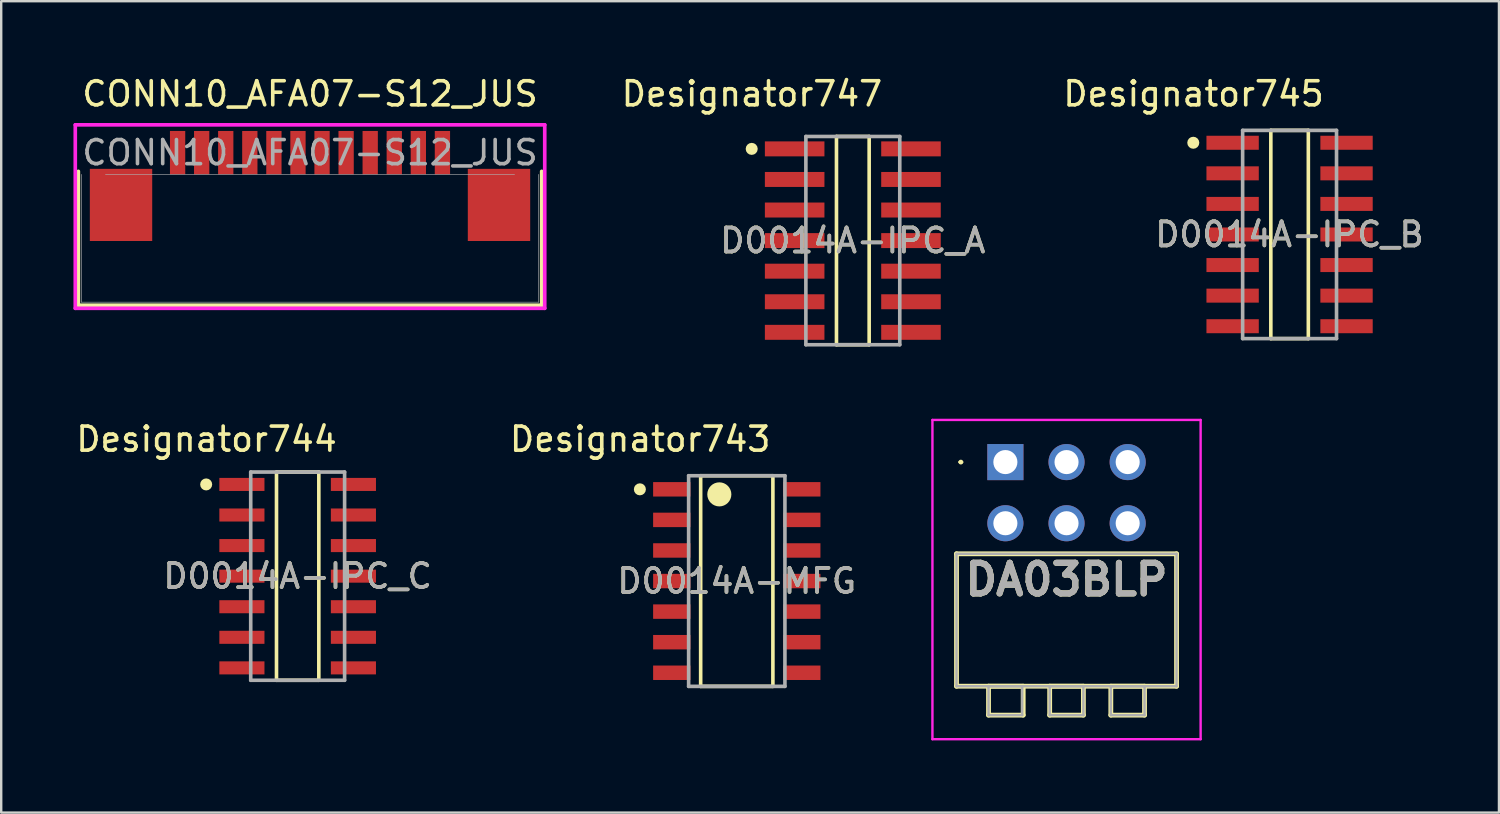
<source format=kicad_pcb>
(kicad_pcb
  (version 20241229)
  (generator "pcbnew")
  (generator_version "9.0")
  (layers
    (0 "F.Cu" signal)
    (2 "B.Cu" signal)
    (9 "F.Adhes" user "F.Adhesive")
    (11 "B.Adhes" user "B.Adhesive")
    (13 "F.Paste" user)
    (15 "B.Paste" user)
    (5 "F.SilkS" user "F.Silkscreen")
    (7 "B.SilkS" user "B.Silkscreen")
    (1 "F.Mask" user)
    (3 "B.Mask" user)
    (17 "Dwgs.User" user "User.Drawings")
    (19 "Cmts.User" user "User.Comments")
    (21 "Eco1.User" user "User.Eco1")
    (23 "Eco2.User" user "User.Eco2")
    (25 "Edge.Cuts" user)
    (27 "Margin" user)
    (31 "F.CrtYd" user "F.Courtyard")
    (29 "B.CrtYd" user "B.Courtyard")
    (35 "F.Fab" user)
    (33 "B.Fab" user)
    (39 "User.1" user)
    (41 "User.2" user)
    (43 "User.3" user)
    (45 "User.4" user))
  (footprint "D0014A-IPC_A"
    (layer "F.Cu")
    (at 32.374 6.944)
    (property "Reference" "D0014A-IPC_A" (at 0 0 0) (unlocked yes) (layer "F.SilkS") (effects (font (size 1 1) (thickness 0.15))))
    (attr smd)
    (fp_line (start -0.679 -4.325) (end 0.679 -4.325) (stroke (width 0.15) (type solid)) (layer "F.SilkS"))
    (fp_line (start -0.679 4.325) (end -0.679 -4.325) (stroke (width 0.15) (type solid)) (layer "F.SilkS"))
    (fp_line (start -0.679 4.325) (end 0.679 4.325) (stroke (width 0.15) (type solid)) (layer "F.SilkS"))
    (fp_line (start 0.679 4.325) (end 0.679 -4.325) (stroke (width 0.15) (type solid)) (layer "F.SilkS"))
    (fp_circle (center -4.2 -3.81) (end -4.075 -3.81) (stroke (width 0.25) (type solid)) (fill no) (layer "F.SilkS"))
    (fp_line (start -1.95 -4.325) (end 1.95 -4.325) (stroke (width 0.15) (type solid)) (layer "F.Fab"))
    (fp_line (start -1.95 4.325) (end -1.95 -4.325) (stroke (width 0.15) (type solid)) (layer "F.Fab"))
    (fp_line (start -1.95 4.325) (end 1.95 4.325) (stroke (width 0.15) (type solid)) (layer "F.Fab"))
    (fp_line (start 1.95 4.325) (end 1.95 -4.325) (stroke (width 0.15) (type solid)) (layer "F.Fab"))
    (fp_text user "Designator747" (at -4.191 -6.096 0) (unlocked yes) (layer "F.SilkS") (effects (font (size 1 1) (thickness 0.15))))
    (fp_text user "${REFERENCE}" (at 0 0 0) (unlocked yes) (layer "F.Fab") (effects (font (size 1 1) (thickness 0.15))))
    (pad "1" smd rect (at -2.416 -3.81) (size 2.474 0.622) (layers "F.Cu" "F.Mask" "F.Paste"))
    (pad "2" smd rect (at -2.416 -2.54) (size 2.474 0.622) (layers "F.Cu" "F.Mask" "F.Paste"))
    (pad "3" smd rect (at -2.416 -1.27) (size 2.474 0.622) (layers "F.Cu" "F.Mask" "F.Paste"))
    (pad "4" smd rect (at -2.416 0) (size 2.474 0.622) (layers "F.Cu" "F.Mask" "F.Paste"))
    (pad "5" smd rect (at -2.416 1.27) (size 2.474 0.622) (layers "F.Cu" "F.Mask" "F.Paste"))
    (pad "6" smd rect (at -2.416 2.54) (size 2.474 0.622) (layers "F.Cu" "F.Mask" "F.Paste"))
    (pad "7" smd rect (at -2.416 3.81) (size 2.474 0.622) (layers "F.Cu" "F.Mask" "F.Paste"))
    (pad "8" smd rect (at 2.416 3.81) (size 2.474 0.622) (layers "F.Cu" "F.Mask" "F.Paste"))
    (pad "9" smd rect (at 2.416 2.54) (size 2.474 0.622) (layers "F.Cu" "F.Mask" "F.Paste"))
    (pad "10" smd rect (at 2.416 1.27) (size 2.474 0.622) (layers "F.Cu" "F.Mask" "F.Paste"))
    (pad "11" smd rect (at 2.416 0) (size 2.474 0.622) (layers "F.Cu" "F.Mask" "F.Paste"))
    (pad "12" smd rect (at 2.416 -1.27) (size 2.474 0.622) (layers "F.Cu" "F.Mask" "F.Paste"))
    (pad "13" smd rect (at 2.416 -2.54) (size 2.474 0.622) (layers "F.Cu" "F.Mask" "F.Paste"))
    (pad "14" smd rect (at 2.416 -3.81) (size 2.474 0.622) (layers "F.Cu" "F.Mask" "F.Paste")))
  (footprint "CONN10_AFA07-S12_JUS"
    (layer "F.Cu")
    (at 9.827 6.848)
    (property "Reference" "CONN10_AFA07-S12_JUS" (at 0 -6 0) (unlocked yes) (layer "F.SilkS") (effects (font (size 1 1) (thickness 0.15))))
    (attr smd)
    (fp_line (start -9.623 -2.781) (end -9.623 2.781) (stroke (width 0.152) (type solid)) (layer "F.SilkS"))
    (fp_line (start -9.623 2.781) (end 9.623 2.781) (stroke (width 0.152) (type solid)) (layer "F.SilkS"))
    (fp_line (start 9.623 2.781) (end 9.623 -2.781) (stroke (width 0.152) (type solid)) (layer "F.SilkS"))
    (fp_line (start -9.75 -4.712) (end -9.75 2.908) (stroke (width 0.152) (type solid)) (layer "F.CrtYd"))
    (fp_line (start -9.75 2.908) (end 9.75 2.908) (stroke (width 0.152) (type solid)) (layer "F.CrtYd"))
    (fp_line (start 9.75 -4.712) (end -9.75 -4.712) (stroke (width 0.152) (type solid)) (layer "F.CrtYd"))
    (fp_line (start 9.75 2.908) (end 9.75 -4.712) (stroke (width 0.152) (type solid)) (layer "F.CrtYd"))
    (fp_line (start -9.496 -2.654) (end -9.496 2.654) (stroke (width 0.025) (type solid)) (layer "F.Fab"))
    (fp_line (start -9.496 2.654) (end 9.496 2.654) (stroke (width 0.025) (type solid)) (layer "F.Fab"))
    (fp_line (start 8.496 -2.654) (end -8.496 -2.654) (stroke (width 0.025) (type solid)) (layer "F.Fab"))
    (fp_line (start 9.496 2.654) (end 9.496 -2.654) (stroke (width 0.025) (type solid)) (layer "F.Fab"))
    (fp_text user "${REFERENCE}" (at 0 -3.556 0) (unlocked yes) (layer "F.Fab") (effects (font (size 1 1) (thickness 0.15))))
    (pad "1" smd rect (at -5.5 -3.556) (size 0.635 1.803) (layers "F.Cu" "F.Mask" "F.Paste"))
    (pad "2" smd rect (at -4.5 -3.556) (size 0.635 1.803) (layers "F.Cu" "F.Mask" "F.Paste"))
    (pad "3" smd rect (at -3.5 -3.556) (size 0.635 1.803) (layers "F.Cu" "F.Mask" "F.Paste"))
    (pad "4" smd rect (at -2.5 -3.556) (size 0.635 1.803) (layers "F.Cu" "F.Mask" "F.Paste"))
    (pad "5" smd rect (at -1.5 -3.556) (size 0.635 1.803) (layers "F.Cu" "F.Mask" "F.Paste"))
    (pad "6" smd rect (at -0.5 -3.556) (size 0.635 1.803) (layers "F.Cu" "F.Mask" "F.Paste"))
    (pad "7" smd rect (at 0.5 -3.556) (size 0.635 1.803) (layers "F.Cu" "F.Mask" "F.Paste"))
    (pad "8" smd rect (at 1.5 -3.556) (size 0.635 1.803) (layers "F.Cu" "F.Mask" "F.Paste"))
    (pad "9" smd rect (at 2.5 -3.556) (size 0.635 1.803) (layers "F.Cu" "F.Mask" "F.Paste"))
    (pad "10" smd rect (at 3.5 -3.556) (size 0.635 1.803) (layers "F.Cu" "F.Mask" "F.Paste"))
    (pad "11" smd rect (at 4.5 -3.556) (size 0.635 1.803) (layers "F.Cu" "F.Mask" "F.Paste"))
    (pad "12" smd rect (at 5.5 -3.556) (size 0.635 1.803) (layers "F.Cu" "F.Mask" "F.Paste"))
    (pad "13" smd rect (at -7.85 -1.386) (size 2.591 2.997) (layers "F.Cu" "F.Mask" "F.Paste"))
    (pad "13" smd rect (at 7.85 -1.386) (size 2.591 2.997) (layers "F.Cu" "F.Mask" "F.Paste")))
  (footprint "D0014A-IPC_C"
    (layer "F.Cu")
    (at 9.314 20.882)
    (property "Reference" "D0014A-IPC_C" (at 0 0 0) (unlocked yes) (layer "F.SilkS") (effects (font (size 1 1) (thickness 0.15))))
    (attr smd)
    (fp_line (start -0.879 -4.325) (end 0.879 -4.325) (stroke (width 0.15) (type solid)) (layer "F.SilkS"))
    (fp_line (start -0.879 4.325) (end -0.879 -4.325) (stroke (width 0.15) (type solid)) (layer "F.SilkS"))
    (fp_line (start -0.879 4.325) (end 0.879 4.325) (stroke (width 0.15) (type solid)) (layer "F.SilkS"))
    (fp_line (start 0.879 4.325) (end 0.879 -4.325) (stroke (width 0.15) (type solid)) (layer "F.SilkS"))
    (fp_circle (center -3.8 -3.81) (end -3.675 -3.81) (stroke (width 0.25) (type solid)) (fill no) (layer "F.SilkS"))
    (fp_line (start -1.95 -4.325) (end 1.95 -4.325) (stroke (width 0.15) (type solid)) (layer "F.Fab"))
    (fp_line (start -1.95 4.325) (end -1.95 -4.325) (stroke (width 0.15) (type solid)) (layer "F.Fab"))
    (fp_line (start -1.95 4.325) (end 1.95 4.325) (stroke (width 0.15) (type solid)) (layer "F.Fab"))
    (fp_line (start 1.95 4.325) (end 1.95 -4.325) (stroke (width 0.15) (type solid)) (layer "F.Fab"))
    (fp_text user "Designator744" (at -3.785 -5.69 0) (unlocked yes) (layer "F.SilkS") (effects (font (size 1 1) (thickness 0.15))))
    (fp_text user "${REFERENCE}" (at 0 0 0) (unlocked yes) (layer "F.Fab") (effects (font (size 1 1) (thickness 0.15))))
    (pad "1" smd rect (at -2.316 -3.81) (size 1.874 0.542) (layers "F.Cu" "F.Mask" "F.Paste"))
    (pad "2" smd rect (at -2.316 -2.54) (size 1.874 0.542) (layers "F.Cu" "F.Mask" "F.Paste"))
    (pad "3" smd rect (at -2.316 -1.27) (size 1.874 0.542) (layers "F.Cu" "F.Mask" "F.Paste"))
    (pad "4" smd rect (at -2.316 0) (size 1.874 0.542) (layers "F.Cu" "F.Mask" "F.Paste"))
    (pad "5" smd rect (at -2.316 1.27) (size 1.874 0.542) (layers "F.Cu" "F.Mask" "F.Paste"))
    (pad "6" smd rect (at -2.316 2.54) (size 1.874 0.542) (layers "F.Cu" "F.Mask" "F.Paste"))
    (pad "7" smd rect (at -2.316 3.81) (size 1.874 0.542) (layers "F.Cu" "F.Mask" "F.Paste"))
    (pad "8" smd rect (at 2.316 3.81) (size 1.874 0.542) (layers "F.Cu" "F.Mask" "F.Paste"))
    (pad "9" smd rect (at 2.316 2.54) (size 1.874 0.542) (layers "F.Cu" "F.Mask" "F.Paste"))
    (pad "10" smd rect (at 2.316 1.27) (size 1.874 0.542) (layers "F.Cu" "F.Mask" "F.Paste"))
    (pad "11" smd rect (at 2.316 0) (size 1.874 0.542) (layers "F.Cu" "F.Mask" "F.Paste"))
    (pad "12" smd rect (at 2.316 -1.27) (size 1.874 0.542) (layers "F.Cu" "F.Mask" "F.Paste"))
    (pad "13" smd rect (at 2.316 -2.54) (size 1.874 0.542) (layers "F.Cu" "F.Mask" "F.Paste"))
    (pad "14" smd rect (at 2.316 -3.81) (size 1.874 0.542) (layers "F.Cu" "F.Mask" "F.Paste")))
  (footprint "D0014A-IPC_B"
    (layer "F.Cu")
    (at 50.516 6.69)
    (property "Reference" "D0014A-IPC_B" (at 0 0 0) (unlocked yes) (layer "F.SilkS") (effects (font (size 1 1) (thickness 0.15))))
    (attr smd)
    (fp_line (start -0.779 -4.325) (end 0.779 -4.325) (stroke (width 0.15) (type solid)) (layer "F.SilkS"))
    (fp_line (start -0.779 4.325) (end -0.779 -4.325) (stroke (width 0.15) (type solid)) (layer "F.SilkS"))
    (fp_line (start -0.779 4.325) (end 0.779 4.325) (stroke (width 0.15) (type solid)) (layer "F.SilkS"))
    (fp_line (start 0.779 4.325) (end 0.779 -4.325) (stroke (width 0.15) (type solid)) (layer "F.SilkS"))
    (fp_circle (center -4 -3.81) (end -3.875 -3.81) (stroke (width 0.25) (type solid)) (fill no) (layer "F.SilkS"))
    (fp_line (start -1.95 -4.325) (end 1.95 -4.325) (stroke (width 0.15) (type solid)) (layer "F.Fab"))
    (fp_line (start -1.95 4.325) (end -1.95 -4.325) (stroke (width 0.15) (type solid)) (layer "F.Fab"))
    (fp_line (start -1.95 4.325) (end 1.95 4.325) (stroke (width 0.15) (type solid)) (layer "F.Fab"))
    (fp_line (start 1.95 4.325) (end 1.95 -4.325) (stroke (width 0.15) (type solid)) (layer "F.Fab"))
    (fp_text user "Designator745" (at -3.988 -5.842 0) (unlocked yes) (layer "F.SilkS") (effects (font (size 1 1) (thickness 0.15))))
    (fp_text user "${REFERENCE}" (at 0 0 0) (unlocked yes) (layer "F.Fab") (effects (font (size 1 1) (thickness 0.15))))
    (pad "1" smd rect (at -2.366 -3.81) (size 2.174 0.582) (layers "F.Cu" "F.Mask" "F.Paste"))
    (pad "2" smd rect (at -2.366 -2.54) (size 2.174 0.582) (layers "F.Cu" "F.Mask" "F.Paste"))
    (pad "3" smd rect (at -2.366 -1.27) (size 2.174 0.582) (layers "F.Cu" "F.Mask" "F.Paste"))
    (pad "4" smd rect (at -2.366 0) (size 2.174 0.582) (layers "F.Cu" "F.Mask" "F.Paste"))
    (pad "5" smd rect (at -2.366 1.27) (size 2.174 0.582) (layers "F.Cu" "F.Mask" "F.Paste"))
    (pad "6" smd rect (at -2.366 2.54) (size 2.174 0.582) (layers "F.Cu" "F.Mask" "F.Paste"))
    (pad "7" smd rect (at -2.366 3.81) (size 2.174 0.582) (layers "F.Cu" "F.Mask" "F.Paste"))
    (pad "8" smd rect (at 2.366 3.81) (size 2.174 0.582) (layers "F.Cu" "F.Mask" "F.Paste"))
    (pad "9" smd rect (at 2.366 2.54) (size 2.174 0.582) (layers "F.Cu" "F.Mask" "F.Paste"))
    (pad "10" smd rect (at 2.366 1.27) (size 2.174 0.582) (layers "F.Cu" "F.Mask" "F.Paste"))
    (pad "11" smd rect (at 2.366 0) (size 2.174 0.582) (layers "F.Cu" "F.Mask" "F.Paste"))
    (pad "12" smd rect (at 2.366 -1.27) (size 2.174 0.582) (layers "F.Cu" "F.Mask" "F.Paste"))
    (pad "13" smd rect (at 2.366 -2.54) (size 2.174 0.582) (layers "F.Cu" "F.Mask" "F.Paste"))
    (pad "14" smd rect (at 2.366 -3.81) (size 2.174 0.582) (layers "F.Cu" "F.Mask" "F.Paste")))
  (footprint "DA03BLP"
    (layer "F.Cu")
    (at 38.711 16.144)
    (property "Reference" "DA03BLP" (at 2.54 4.88 0) (layer "F.SilkS") (effects (font (size 1.27 1.27) (thickness 0.254))))
    (attr through_hole)
    (fp_line (start -2.03 3.81) (end 7.11 3.81) (stroke (width 0.2) (type solid)) (layer "F.SilkS"))
    (fp_line (start -2.03 9.31) (end -2.03 3.81) (stroke (width 0.2) (type solid)) (layer "F.SilkS"))
    (fp_line (start -1.9 0) (end -1.9 0) (stroke (width 0.1) (type solid)) (layer "F.SilkS"))
    (fp_line (start -1.8 0) (end -1.8 0) (stroke (width 0.1) (type solid)) (layer "F.SilkS"))
    (fp_line (start -0.7 9.31) (end 0.74 9.31) (stroke (width 0.2) (type solid)) (layer "F.SilkS"))
    (fp_line (start -0.7 10.51) (end -0.7 9.31) (stroke (width 0.2) (type solid)) (layer "F.SilkS"))
    (fp_line (start 0.74 9.31) (end 0.74 10.51) (stroke (width 0.2) (type solid)) (layer "F.SilkS"))
    (fp_line (start 0.74 10.51) (end -0.7 10.51) (stroke (width 0.2) (type solid)) (layer "F.SilkS"))
    (fp_line (start 1.84 9.31) (end 3.24 9.31) (stroke (width 0.2) (type solid)) (layer "F.SilkS"))
    (fp_line (start 1.84 10.51) (end 1.84 9.31) (stroke (width 0.2) (type solid)) (layer "F.SilkS"))
    (fp_line (start 3.24 9.31) (end 3.24 10.51) (stroke (width 0.2) (type solid)) (layer "F.SilkS"))
    (fp_line (start 3.24 10.51) (end 1.84 10.51) (stroke (width 0.2) (type solid)) (layer "F.SilkS"))
    (fp_line (start 4.38 9.31) (end 5.78 9.31) (stroke (width 0.2) (type solid)) (layer "F.SilkS"))
    (fp_line (start 4.38 10.51) (end 4.38 9.31) (stroke (width 0.2) (type solid)) (layer "F.SilkS"))
    (fp_line (start 5.78 9.31) (end 5.78 10.51) (stroke (width 0.2) (type solid)) (layer "F.SilkS"))
    (fp_line (start 5.78 10.51) (end 4.38 10.51) (stroke (width 0.2) (type solid)) (layer "F.SilkS"))
    (fp_line (start 7.11 3.81) (end 7.11 9.31) (stroke (width 0.2) (type solid)) (layer "F.SilkS"))
    (fp_line (start 7.11 9.31) (end -2.03 9.31) (stroke (width 0.2) (type solid)) (layer "F.SilkS"))
    (fp_arc (start -1.9 0) (mid -1.85 -0.05) (end -1.8 0) (stroke (width 0.1) (type solid)) (layer "F.SilkS"))
    (fp_arc (start -1.8 0) (mid -1.85 0.05) (end -1.9 0) (stroke (width 0.1) (type solid)) (layer "F.SilkS"))
    (fp_line (start -3.03 -1.75) (end 8.11 -1.75) (stroke (width 0.1) (type solid)) (layer "F.CrtYd"))
    (fp_line (start -3.03 11.51) (end -3.03 -1.75) (stroke (width 0.1) (type solid)) (layer "F.CrtYd"))
    (fp_line (start 8.11 -1.75) (end 8.11 11.51) (stroke (width 0.1) (type solid)) (layer "F.CrtYd"))
    (fp_line (start 8.11 11.51) (end -3.03 11.51) (stroke (width 0.1) (type solid)) (layer "F.CrtYd"))
    (fp_line (start -2.03 3.81) (end -2.03 9.31) (stroke (width 0.1) (type solid)) (layer "F.Fab"))
    (fp_line (start -2.03 9.31) (end 7.11 9.31) (stroke (width 0.1) (type solid)) (layer "F.Fab"))
    (fp_line (start -0.7 9.31) (end 0.7 9.31) (stroke (width 0.1) (type solid)) (layer "F.Fab"))
    (fp_line (start -0.7 10.51) (end -0.7 9.31) (stroke (width 0.1) (type solid)) (layer "F.Fab"))
    (fp_line (start 0.7 9.31) (end 0.7 10.51) (stroke (width 0.1) (type solid)) (layer "F.Fab"))
    (fp_line (start 0.7 10.51) (end -0.7 10.51) (stroke (width 0.1) (type solid)) (layer "F.Fab"))
    (fp_line (start 1.84 9.31) (end 3.24 9.31) (stroke (width 0.1) (type solid)) (layer "F.Fab"))
    (fp_line (start 1.84 10.51) (end 1.84 9.31) (stroke (width 0.1) (type solid)) (layer "F.Fab"))
    (fp_line (start 3.24 9.31) (end 3.24 10.51) (stroke (width 0.1) (type solid)) (layer "F.Fab"))
    (fp_line (start 3.24 10.51) (end 1.84 10.51) (stroke (width 0.1) (type solid)) (layer "F.Fab"))
    (fp_line (start 4.38 9.31) (end 5.78 9.31) (stroke (width 0.1) (type solid)) (layer "F.Fab"))
    (fp_line (start 4.38 10.51) (end 4.38 9.31) (stroke (width 0.1) (type solid)) (layer "F.Fab"))
    (fp_line (start 5.78 9.31) (end 5.78 10.51) (stroke (width 0.1) (type solid)) (layer "F.Fab"))
    (fp_line (start 5.78 10.51) (end 4.38 10.51) (stroke (width 0.1) (type solid)) (layer "F.Fab"))
    (fp_line (start 7.11 3.81) (end -2.03 3.81) (stroke (width 0.1) (type solid)) (layer "F.Fab"))
    (fp_line (start 7.11 9.31) (end 7.11 3.81) (stroke (width 0.1) (type solid)) (layer "F.Fab"))
    (fp_text user "${REFERENCE}" (at 2.54 4.88 0) (layer "F.Fab") (effects (font (size 1.27 1.27) (thickness 0.254))))
    (pad "1" thru_hole rect (at 0 0) (size 1.5 1.5) (drill 1) (layers "*.Cu" "*.Mask"))
    (pad "2" thru_hole circle (at 2.54 0) (size 1.5 1.5) (drill 1) (layers "*.Cu" "*.Mask"))
    (pad "3" thru_hole circle (at 5.08 0) (size 1.5 1.5) (drill 1) (layers "*.Cu" "*.Mask"))
    (pad "4" thru_hole circle (at 5.08 2.54) (size 1.5 1.5) (drill 1) (layers "*.Cu" "*.Mask"))
    (pad "5" thru_hole circle (at 2.54 2.54) (size 1.5 1.5) (drill 1) (layers "*.Cu" "*.Mask"))
    (pad "6" thru_hole circle (at 0 2.54) (size 1.5 1.5) (drill 1) (layers "*.Cu" "*.Mask")))
  (footprint "D0014A-MFG"
    (layer "F.Cu")
    (at 27.554 21.085)
    (property "Reference" "D0014A-MFG" (at 0 0 0) (unlocked yes) (layer "F.SilkS") (effects (font (size 1 1) (thickness 0.15))))
    (attr smd)
    (fp_line (start -1.5 -4.375) (end 1.5 -4.375) (stroke (width 0.15) (type solid)) (layer "F.SilkS"))
    (fp_line (start -1.5 4.375) (end -1.5 -4.375) (stroke (width 0.15) (type solid)) (layer "F.SilkS"))
    (fp_line (start -1.5 4.375) (end 1.5 4.375) (stroke (width 0.15) (type solid)) (layer "F.SilkS"))
    (fp_line (start 1.5 4.375) (end 1.5 -4.375) (stroke (width 0.15) (type solid)) (layer "F.SilkS"))
    (fp_circle (center -4.025 -3.81) (end -3.9 -3.81) (stroke (width 0.25) (type solid)) (fill no) (layer "F.SilkS"))
    (fp_circle (center -0.725 -3.6) (end -0.475 -3.6) (stroke (width 0.5) (type solid)) (fill no) (layer "F.SilkS"))
    (fp_poly (pts (xy -3.45 3.585) (xy -3.4 3.535) (xy -2 3.535) (xy -1.95 3.585) (xy -1.95 4.035) (xy -2 4.085) (xy -3.4 4.085) (xy -3.45 4.035)) (stroke (width 0) (type solid)) (fill yes) (layer "F.Paste"))
    (fp_poly (pts (xy -3.4 -4.085) (xy -2 -4.085) (xy -1.95 -4.035) (xy -1.95 -3.585) (xy -2 -3.535) (xy -3.4 -3.535) (xy -3.45 -3.585) (xy -3.45 -4.035)) (stroke (width 0) (type solid)) (fill yes) (layer "F.Paste"))
    (fp_poly (pts (xy -3.4 0.275) (xy -3.45 0.225) (xy -3.45 -0.225) (xy -3.4 -0.275) (xy -2 -0.275) (xy -1.95 -0.225) (xy -1.95 0.225) (xy -2 0.275)) (stroke (width 0) (type solid)) (fill yes) (layer "F.Paste"))
    (fp_poly (pts (xy -3.4 2.815) (xy -3.45 2.765) (xy -3.45 2.315) (xy -3.4 2.265) (xy -2 2.265) (xy -1.95 2.315) (xy -1.95 2.765) (xy -2 2.815)) (stroke (width 0) (type solid)) (fill yes) (layer "F.Paste"))
    (fp_poly (pts (xy -2 -1.545) (xy -1.95 -1.495) (xy -1.95 -1.045) (xy -2 -0.995) (xy -3.4 -0.995) (xy -3.45 -1.045) (xy -3.45 -1.495) (xy -3.4 -1.545)) (stroke (width 0) (type solid)) (fill yes) (layer "F.Paste"))
    (fp_poly (pts (xy -2 0.995) (xy -1.95 1.045) (xy -1.95 1.495) (xy -2 1.545) (xy -3.4 1.545) (xy -3.45 1.495) (xy -3.45 1.045) (xy -3.4 0.995)) (stroke (width 0) (type solid)) (fill yes) (layer "F.Paste"))
    (fp_poly (pts (xy -1.95 -2.315) (xy -2 -2.265) (xy -3.4 -2.265) (xy -3.45 -2.315) (xy -3.45 -2.765) (xy -3.4 -2.815) (xy -2 -2.815) (xy -1.95 -2.765)) (stroke (width 0) (type solid)) (fill yes) (layer "F.Paste"))
    (fp_poly (pts (xy 1.95 -4.035) (xy 2 -4.085) (xy 3.4 -4.085) (xy 3.45 -4.035) (xy 3.45 -3.585) (xy 3.4 -3.535) (xy 2 -3.535) (xy 1.95 -3.585)) (stroke (width 0) (type solid)) (fill yes) (layer "F.Paste"))
    (fp_poly (pts (xy 1.95 -2.765) (xy 2 -2.815) (xy 3.4 -2.815) (xy 3.45 -2.765) (xy 3.45 -2.315) (xy 3.4 -2.265) (xy 2 -2.265) (xy 1.95 -2.315)) (stroke (width 0) (type solid)) (fill yes) (layer "F.Paste"))
    (fp_poly (pts (xy 1.95 -0.225) (xy 2 -0.275) (xy 3.4 -0.275) (xy 3.45 -0.225) (xy 3.45 0.225) (xy 3.4 0.275) (xy 2 0.275) (xy 1.95 0.225)) (stroke (width 0) (type solid)) (fill yes) (layer "F.Paste"))
    (fp_poly (pts (xy 1.95 3.585) (xy 2 3.535) (xy 3.4 3.535) (xy 3.45 3.585) (xy 3.45 4.035) (xy 3.4 4.085) (xy 2 4.085) (xy 1.95 4.035)) (stroke (width 0) (type solid)) (fill yes) (layer "F.Paste"))
    (fp_poly (pts (xy 2 2.815) (xy 1.95 2.765) (xy 1.95 2.315) (xy 2 2.265) (xy 3.4 2.265) (xy 3.45 2.315) (xy 3.45 2.765) (xy 3.4 2.815)) (stroke (width 0) (type solid)) (fill yes) (layer "F.Paste"))
    (fp_poly (pts (xy 3.45 -1.495) (xy 3.45 -1.045) (xy 3.4 -0.995) (xy 2 -0.995) (xy 1.95 -1.045) (xy 1.95 -1.495) (xy 2 -1.545) (xy 3.4 -1.545)) (stroke (width 0) (type solid)) (fill yes) (layer "F.Paste"))
    (fp_poly (pts (xy 3.45 1.045) (xy 3.45 1.495) (xy 3.4 1.545) (xy 2 1.545) (xy 1.95 1.495) (xy 1.95 1.045) (xy 2 0.995) (xy 3.4 0.995)) (stroke (width 0) (type solid)) (fill yes) (layer "F.Paste"))
    (fp_line (start -2 -4.375) (end 2 -4.375) (stroke (width 0.15) (type solid)) (layer "F.Fab"))
    (fp_line (start -2 4.375) (end -2 -4.375) (stroke (width 0.15) (type solid)) (layer "F.Fab"))
    (fp_line (start -2 4.375) (end 2 4.375) (stroke (width 0.15) (type solid)) (layer "F.Fab"))
    (fp_line (start 2 4.375) (end 2 -4.375) (stroke (width 0.15) (type solid)) (layer "F.Fab"))
    (fp_text user "Designator743" (at -4.013 -5.893 0) (unlocked yes) (layer "F.SilkS") (effects (font (size 1 1) (thickness 0.15))))
    (fp_text user "${REFERENCE}" (at 0 0 0) (unlocked yes) (layer "F.Fab") (effects (font (size 1 1) (thickness 0.15))))
    (pad "1" smd rect (at -2.7 -3.81) (size 1.55 0.6) (layers "F.Cu" "F.Mask"))
    (pad "2" smd rect (at -2.7 -2.54) (size 1.55 0.6) (layers "F.Cu" "F.Mask"))
    (pad "3" smd rect (at -2.7 -1.27) (size 1.55 0.6) (layers "F.Cu" "F.Mask"))
    (pad "4" smd rect (at -2.7 0) (size 1.55 0.6) (layers "F.Cu" "F.Mask"))
    (pad "5" smd rect (at -2.7 1.27) (size 1.55 0.6) (layers "F.Cu" "F.Mask"))
    (pad "6" smd rect (at -2.7 2.54) (size 1.55 0.6) (layers "F.Cu" "F.Mask"))
    (pad "7" smd rect (at -2.7 3.81) (size 1.55 0.6) (layers "F.Cu" "F.Mask"))
    (pad "8" smd rect (at 2.7 3.81) (size 1.55 0.6) (layers "F.Cu" "F.Mask"))
    (pad "9" smd rect (at 2.7 2.54) (size 1.55 0.6) (layers "F.Cu" "F.Mask"))
    (pad "10" smd rect (at 2.7 1.27) (size 1.55 0.6) (layers "F.Cu" "F.Mask"))
    (pad "11" smd rect (at 2.7 0) (size 1.55 0.6) (layers "F.Cu" "F.Mask"))
    (pad "12" smd rect (at 2.7 -1.27) (size 1.55 0.6) (layers "F.Cu" "F.Mask"))
    (pad "13" smd rect (at 2.7 -2.54) (size 1.55 0.6) (layers "F.Cu" "F.Mask"))
    (pad "14" smd rect (at 2.7 -3.81) (size 1.55 0.6) (layers "F.Cu" "F.Mask")))
  (gr_rect
    (start -3 -3)
    (end 59.213 30.704)
    (stroke (width 0.1) (type default))
    (fill no)
    (layer "Edge.Cuts")))
</source>
